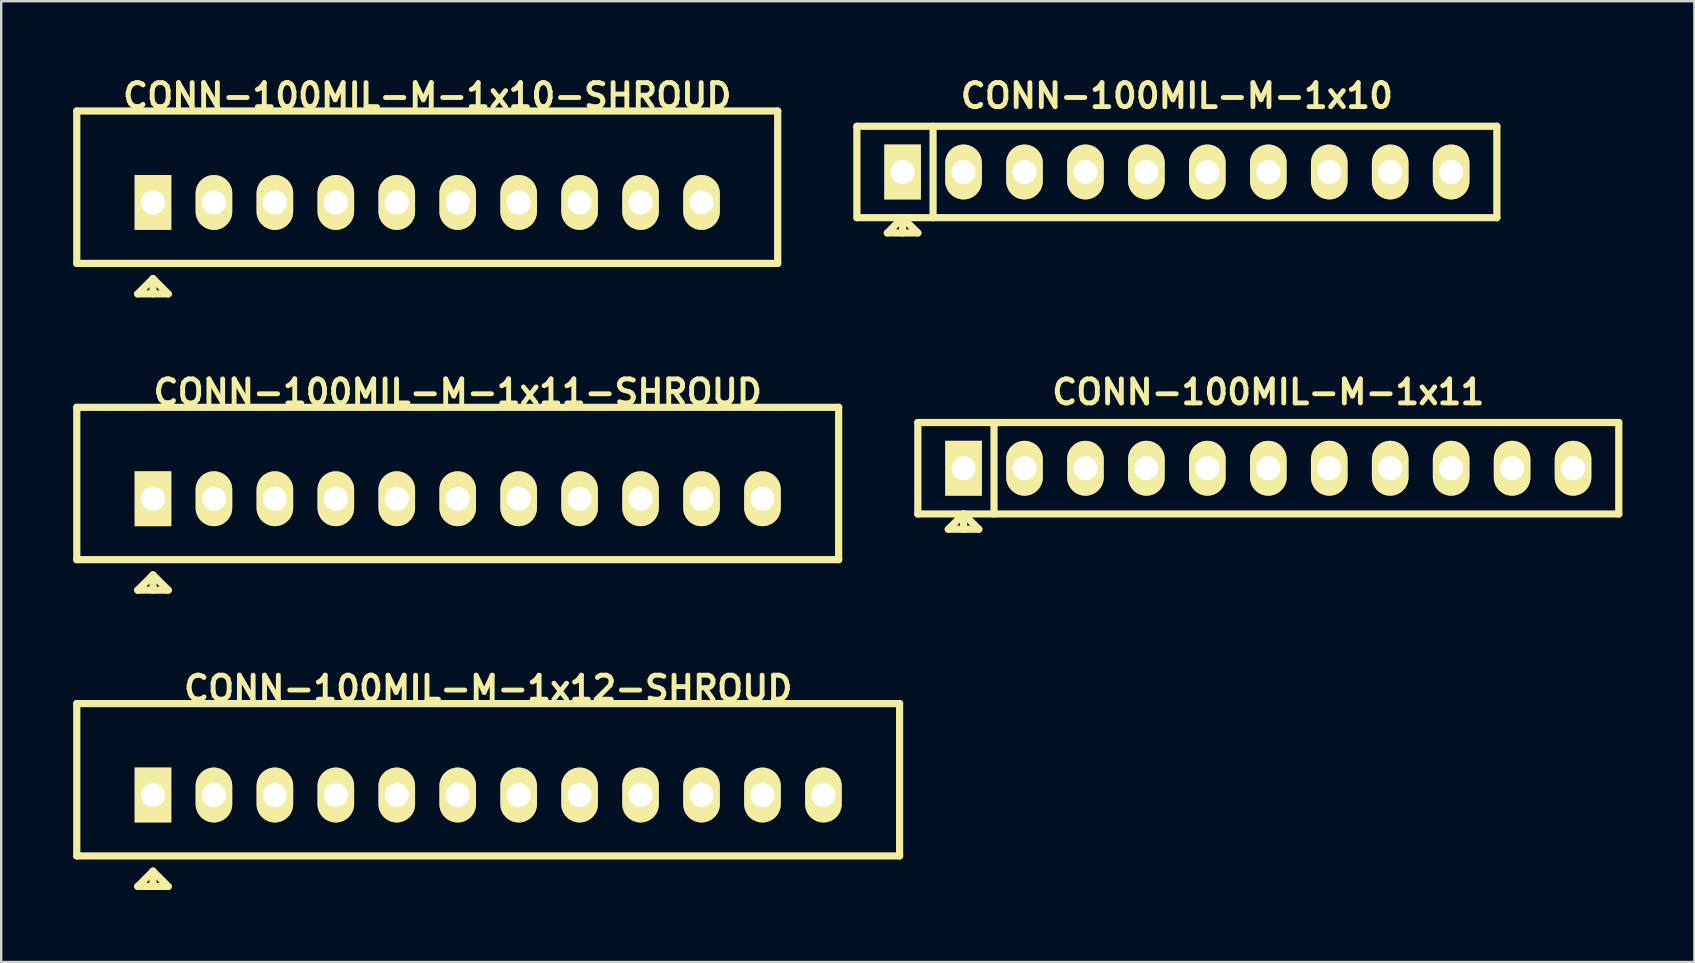
<source format=kicad_pcb>
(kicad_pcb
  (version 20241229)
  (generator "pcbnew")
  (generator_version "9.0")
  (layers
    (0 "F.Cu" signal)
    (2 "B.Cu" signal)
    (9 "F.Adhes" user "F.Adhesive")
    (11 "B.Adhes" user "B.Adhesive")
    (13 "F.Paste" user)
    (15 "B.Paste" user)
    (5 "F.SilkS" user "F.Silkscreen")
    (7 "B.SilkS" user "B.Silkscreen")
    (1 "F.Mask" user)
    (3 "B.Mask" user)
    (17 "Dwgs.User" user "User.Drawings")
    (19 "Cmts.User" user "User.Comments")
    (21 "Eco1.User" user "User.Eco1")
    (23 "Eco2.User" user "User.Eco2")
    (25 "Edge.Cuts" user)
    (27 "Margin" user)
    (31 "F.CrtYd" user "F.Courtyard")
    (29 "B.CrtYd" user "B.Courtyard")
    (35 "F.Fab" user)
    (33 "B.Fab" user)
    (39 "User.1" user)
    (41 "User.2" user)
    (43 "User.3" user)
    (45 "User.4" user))
  (footprint "CONN-100MIL-M-1x11"
    (layer "F.Cu")
    (at 49.805 16.464)
    (property "Reference" "CONN-100MIL-M-1x11" (at 0 -3.175 0) (layer "F.SilkS") (effects (font (size 1.001 1.001) (thickness 0.203))))
    (attr through_hole)
    (fp_line (start -14.605 -1.905) (end 14.605 -1.905) (stroke (width 0.3) (type solid)) (layer "F.SilkS"))
    (fp_line (start -14.605 1.905) (end -14.605 -1.905) (stroke (width 0.3) (type solid)) (layer "F.SilkS"))
    (fp_line (start -13.335 2.54) (end -12.065 2.54) (stroke (width 0.3) (type solid)) (layer "F.SilkS"))
    (fp_line (start -12.7 1.905) (end -13.335 2.54) (stroke (width 0.3) (type solid)) (layer "F.SilkS"))
    (fp_line (start -12.7 1.905) (end -12.7 2.54) (stroke (width 0.3) (type solid)) (layer "F.SilkS"))
    (fp_line (start -12.065 2.54) (end -12.7 1.905) (stroke (width 0.3) (type solid)) (layer "F.SilkS"))
    (fp_line (start -11.43 -1.905) (end -11.43 1.905) (stroke (width 0.3) (type solid)) (layer "F.SilkS"))
    (fp_line (start 14.605 -1.905) (end 14.605 1.905) (stroke (width 0.3) (type solid)) (layer "F.SilkS"))
    (fp_line (start 14.605 1.905) (end -14.605 1.905) (stroke (width 0.3) (type solid)) (layer "F.SilkS"))
    (pad "1" thru_hole rect (at -12.7 0) (size 1.524 2.286) (drill 1) (layers "*.Cu" "*.Mask" "F.SilkS"))
    (pad "2" thru_hole oval (at -10.16 0) (size 1.524 2.286) (drill 1) (layers "*.Cu" "*.Mask" "F.SilkS"))
    (pad "3" thru_hole oval (at -7.62 0) (size 1.524 2.286) (drill 1) (layers "*.Cu" "*.Mask" "F.SilkS"))
    (pad "4" thru_hole oval (at -5.08 0) (size 1.524 2.286) (drill 1) (layers "*.Cu" "*.Mask" "F.SilkS"))
    (pad "5" thru_hole oval (at -2.54 0) (size 1.524 2.286) (drill 1) (layers "*.Cu" "*.Mask" "F.SilkS"))
    (pad "6" thru_hole oval (at 0 0) (size 1.524 2.286) (drill 1) (layers "*.Cu" "*.Mask" "F.SilkS"))
    (pad "7" thru_hole oval (at 2.54 0) (size 1.524 2.286) (drill 1) (layers "*.Cu" "*.Mask" "F.SilkS"))
    (pad "8" thru_hole oval (at 5.08 0) (size 1.524 2.286) (drill 1) (layers "*.Cu" "*.Mask" "F.SilkS"))
    (pad "9" thru_hole oval (at 7.62 0) (size 1.524 2.286) (drill 1) (layers "*.Cu" "*.Mask" "F.SilkS"))
    (pad "10" thru_hole oval (at 10.16 0) (size 1.524 2.286) (drill 1) (layers "*.Cu" "*.Mask" "F.SilkS"))
    (pad "11" thru_hole oval (at 12.7 0) (size 1.524 2.286) (drill 1) (layers "*.Cu" "*.Mask" "F.SilkS")))
  (footprint "CONN-100MIL-M-1x10"
    (layer "F.Cu")
    (at 45.995 4.117)
    (property "Reference" "CONN-100MIL-M-1x10" (at 0 -3.175 0) (layer "F.SilkS") (effects (font (size 1.001 1.001) (thickness 0.203))))
    (attr through_hole)
    (fp_line (start -13.335 -1.905) (end 13.335 -1.905) (stroke (width 0.3) (type solid)) (layer "F.SilkS"))
    (fp_line (start -13.335 1.905) (end -13.335 -1.905) (stroke (width 0.3) (type solid)) (layer "F.SilkS"))
    (fp_line (start -12.065 2.54) (end -10.795 2.54) (stroke (width 0.3) (type solid)) (layer "F.SilkS"))
    (fp_line (start -11.43 1.905) (end -12.065 2.54) (stroke (width 0.3) (type solid)) (layer "F.SilkS"))
    (fp_line (start -11.43 1.905) (end -11.43 2.54) (stroke (width 0.3) (type solid)) (layer "F.SilkS"))
    (fp_line (start -10.795 2.54) (end -11.43 1.905) (stroke (width 0.3) (type solid)) (layer "F.SilkS"))
    (fp_line (start -10.16 -1.905) (end -10.16 1.905) (stroke (width 0.3) (type solid)) (layer "F.SilkS"))
    (fp_line (start 13.335 -1.905) (end 13.335 1.905) (stroke (width 0.3) (type solid)) (layer "F.SilkS"))
    (fp_line (start 13.335 1.905) (end -13.335 1.905) (stroke (width 0.3) (type solid)) (layer "F.SilkS"))
    (pad "1" thru_hole rect (at -11.43 0) (size 1.524 2.286) (drill 1) (layers "*.Cu" "*.Mask" "F.SilkS"))
    (pad "2" thru_hole oval (at -8.89 0) (size 1.524 2.286) (drill 1) (layers "*.Cu" "*.Mask" "F.SilkS"))
    (pad "3" thru_hole oval (at -6.35 0) (size 1.524 2.286) (drill 1) (layers "*.Cu" "*.Mask" "F.SilkS"))
    (pad "4" thru_hole oval (at -3.81 0) (size 1.524 2.286) (drill 1) (layers "*.Cu" "*.Mask" "F.SilkS"))
    (pad "5" thru_hole oval (at -1.27 0) (size 1.524 2.286) (drill 1) (layers "*.Cu" "*.Mask" "F.SilkS"))
    (pad "6" thru_hole oval (at 1.27 0) (size 1.524 2.286) (drill 1) (layers "*.Cu" "*.Mask" "F.SilkS"))
    (pad "7" thru_hole oval (at 3.81 0) (size 1.524 2.286) (drill 1) (layers "*.Cu" "*.Mask" "F.SilkS"))
    (pad "8" thru_hole oval (at 6.35 0) (size 1.524 2.286) (drill 1) (layers "*.Cu" "*.Mask" "F.SilkS"))
    (pad "9" thru_hole oval (at 8.89 0) (size 1.524 2.286) (drill 1) (layers "*.Cu" "*.Mask" "F.SilkS"))
    (pad "10" thru_hole oval (at 11.43 0) (size 1.524 2.286) (drill 1) (layers "*.Cu" "*.Mask" "F.SilkS")))
  (footprint "CONN-100MIL-M-1x12-SHROUD"
    (layer "F.Cu")
    (at 17.295 30.081)
    (property "Reference" "CONN-100MIL-M-1x12-SHROUD" (at 0 -4.445 0) (layer "F.SilkS") (effects (font (size 1.001 1.001) (thickness 0.203))))
    (attr through_hole)
    (fp_line (start -17.145 2.54) (end -17.145 -3.81) (stroke (width 0.3) (type solid)) (layer "F.SilkS"))
    (fp_line (start -14.605 3.81) (end -13.335 3.81) (stroke (width 0.3) (type solid)) (layer "F.SilkS"))
    (fp_line (start -13.97 3.175) (end -14.605 3.81) (stroke (width 0.3) (type solid)) (layer "F.SilkS"))
    (fp_line (start -13.97 3.175) (end -13.97 3.81) (stroke (width 0.3) (type solid)) (layer "F.SilkS"))
    (fp_line (start -13.335 3.81) (end -13.97 3.175) (stroke (width 0.3) (type solid)) (layer "F.SilkS"))
    (fp_line (start 17.145 -3.81) (end -17.145 -3.81) (stroke (width 0.3) (type solid)) (layer "F.SilkS"))
    (fp_line (start 17.145 -3.81) (end 17.145 2.54) (stroke (width 0.3) (type solid)) (layer "F.SilkS"))
    (fp_line (start 17.145 2.54) (end -17.145 2.54) (stroke (width 0.3) (type solid)) (layer "F.SilkS"))
    (pad "1" thru_hole rect (at -13.97 0) (size 1.524 2.286) (drill 1) (layers "*.Cu" "*.Mask" "F.SilkS"))
    (pad "2" thru_hole oval (at -11.43 0) (size 1.524 2.286) (drill 1) (layers "*.Cu" "*.Mask" "F.SilkS"))
    (pad "3" thru_hole oval (at -8.89 0) (size 1.524 2.286) (drill 1) (layers "*.Cu" "*.Mask" "F.SilkS"))
    (pad "4" thru_hole oval (at -6.35 0) (size 1.524 2.286) (drill 1) (layers "*.Cu" "*.Mask" "F.SilkS"))
    (pad "5" thru_hole oval (at -3.81 0) (size 1.524 2.286) (drill 1) (layers "*.Cu" "*.Mask" "F.SilkS"))
    (pad "6" thru_hole oval (at -1.27 0) (size 1.524 2.286) (drill 1) (layers "*.Cu" "*.Mask" "F.SilkS"))
    (pad "7" thru_hole oval (at 1.27 0) (size 1.524 2.286) (drill 1) (layers "*.Cu" "*.Mask" "F.SilkS"))
    (pad "8" thru_hole oval (at 3.81 0) (size 1.524 2.286) (drill 1) (layers "*.Cu" "*.Mask" "F.SilkS"))
    (pad "9" thru_hole oval (at 6.35 0) (size 1.524 2.286) (drill 1) (layers "*.Cu" "*.Mask" "F.SilkS"))
    (pad "10" thru_hole oval (at 8.89 0) (size 1.524 2.286) (drill 1) (layers "*.Cu" "*.Mask" "F.SilkS"))
    (pad "11" thru_hole oval (at 11.43 0) (size 1.524 2.286) (drill 1) (layers "*.Cu" "*.Mask" "F.SilkS"))
    (pad "12" thru_hole oval (at 13.97 0) (size 1.524 2.286) (drill 1) (layers "*.Cu" "*.Mask" "F.SilkS")))
  (footprint "CONN-100MIL-M-1x10-SHROUD"
    (layer "F.Cu")
    (at 14.755 5.387)
    (property "Reference" "CONN-100MIL-M-1x10-SHROUD" (at 0 -4.445 0) (layer "F.SilkS") (effects (font (size 1.001 1.001) (thickness 0.203))))
    (attr through_hole)
    (fp_line (start -14.605 2.54) (end -14.605 -3.81) (stroke (width 0.3) (type solid)) (layer "F.SilkS"))
    (fp_line (start -12.065 3.81) (end -10.795 3.81) (stroke (width 0.3) (type solid)) (layer "F.SilkS"))
    (fp_line (start -11.43 3.175) (end -12.065 3.81) (stroke (width 0.3) (type solid)) (layer "F.SilkS"))
    (fp_line (start -11.43 3.175) (end -11.43 3.81) (stroke (width 0.3) (type solid)) (layer "F.SilkS"))
    (fp_line (start -10.795 3.81) (end -11.43 3.175) (stroke (width 0.3) (type solid)) (layer "F.SilkS"))
    (fp_line (start 14.605 -3.81) (end -14.605 -3.81) (stroke (width 0.3) (type solid)) (layer "F.SilkS"))
    (fp_line (start 14.605 -3.81) (end 14.605 2.54) (stroke (width 0.3) (type solid)) (layer "F.SilkS"))
    (fp_line (start 14.605 2.54) (end -14.605 2.54) (stroke (width 0.3) (type solid)) (layer "F.SilkS"))
    (pad "1" thru_hole rect (at -11.43 0) (size 1.524 2.286) (drill 1) (layers "*.Cu" "*.Mask" "F.SilkS"))
    (pad "2" thru_hole oval (at -8.89 0) (size 1.524 2.286) (drill 1) (layers "*.Cu" "*.Mask" "F.SilkS"))
    (pad "3" thru_hole oval (at -6.35 0) (size 1.524 2.286) (drill 1) (layers "*.Cu" "*.Mask" "F.SilkS"))
    (pad "4" thru_hole oval (at -3.81 0) (size 1.524 2.286) (drill 1) (layers "*.Cu" "*.Mask" "F.SilkS"))
    (pad "5" thru_hole oval (at -1.27 0) (size 1.524 2.286) (drill 1) (layers "*.Cu" "*.Mask" "F.SilkS"))
    (pad "6" thru_hole oval (at 1.27 0) (size 1.524 2.286) (drill 1) (layers "*.Cu" "*.Mask" "F.SilkS"))
    (pad "7" thru_hole oval (at 3.81 0) (size 1.524 2.286) (drill 1) (layers "*.Cu" "*.Mask" "F.SilkS"))
    (pad "8" thru_hole oval (at 6.35 0) (size 1.524 2.286) (drill 1) (layers "*.Cu" "*.Mask" "F.SilkS"))
    (pad "9" thru_hole oval (at 8.89 0) (size 1.524 2.286) (drill 1) (layers "*.Cu" "*.Mask" "F.SilkS"))
    (pad "10" thru_hole oval (at 11.43 0) (size 1.524 2.286) (drill 1) (layers "*.Cu" "*.Mask" "F.SilkS")))
  (footprint "CONN-100MIL-M-1x11-SHROUD"
    (layer "F.Cu")
    (at 16.025 17.734)
    (property "Reference" "CONN-100MIL-M-1x11-SHROUD" (at 0 -4.445 0) (layer "F.SilkS") (effects (font (size 1.001 1.001) (thickness 0.203))))
    (attr through_hole)
    (fp_line (start -15.875 2.54) (end -15.875 -3.81) (stroke (width 0.3) (type solid)) (layer "F.SilkS"))
    (fp_line (start -13.335 3.81) (end -12.065 3.81) (stroke (width 0.3) (type solid)) (layer "F.SilkS"))
    (fp_line (start -12.7 3.175) (end -13.335 3.81) (stroke (width 0.3) (type solid)) (layer "F.SilkS"))
    (fp_line (start -12.7 3.175) (end -12.7 3.81) (stroke (width 0.3) (type solid)) (layer "F.SilkS"))
    (fp_line (start -12.065 3.81) (end -12.7 3.175) (stroke (width 0.3) (type solid)) (layer "F.SilkS"))
    (fp_line (start 15.875 -3.81) (end -15.875 -3.81) (stroke (width 0.3) (type solid)) (layer "F.SilkS"))
    (fp_line (start 15.875 -3.81) (end 15.875 2.54) (stroke (width 0.3) (type solid)) (layer "F.SilkS"))
    (fp_line (start 15.875 2.54) (end -15.875 2.54) (stroke (width 0.3) (type solid)) (layer "F.SilkS"))
    (pad "1" thru_hole rect (at -12.7 0) (size 1.524 2.286) (drill 1) (layers "*.Cu" "*.Mask" "F.SilkS"))
    (pad "2" thru_hole oval (at -10.16 0) (size 1.524 2.286) (drill 1) (layers "*.Cu" "*.Mask" "F.SilkS"))
    (pad "3" thru_hole oval (at -7.62 0) (size 1.524 2.286) (drill 1) (layers "*.Cu" "*.Mask" "F.SilkS"))
    (pad "4" thru_hole oval (at -5.08 0) (size 1.524 2.286) (drill 1) (layers "*.Cu" "*.Mask" "F.SilkS"))
    (pad "5" thru_hole oval (at -2.54 0) (size 1.524 2.286) (drill 1) (layers "*.Cu" "*.Mask" "F.SilkS"))
    (pad "6" thru_hole oval (at 0 0) (size 1.524 2.286) (drill 1) (layers "*.Cu" "*.Mask" "F.SilkS"))
    (pad "7" thru_hole oval (at 2.54 0) (size 1.524 2.286) (drill 1) (layers "*.Cu" "*.Mask" "F.SilkS"))
    (pad "8" thru_hole oval (at 5.08 0) (size 1.524 2.286) (drill 1) (layers "*.Cu" "*.Mask" "F.SilkS"))
    (pad "9" thru_hole oval (at 7.62 0) (size 1.524 2.286) (drill 1) (layers "*.Cu" "*.Mask" "F.SilkS"))
    (pad "10" thru_hole oval (at 10.16 0) (size 1.524 2.286) (drill 1) (layers "*.Cu" "*.Mask" "F.SilkS"))
    (pad "11" thru_hole oval (at 12.7 0) (size 1.524 2.286) (drill 1) (layers "*.Cu" "*.Mask" "F.SilkS")))
  (gr_rect
    (start -3 -3)
    (end 67.56 37.041)
    (stroke (width 0.1) (type default))
    (fill no)
    (layer "Edge.Cuts")))
</source>
